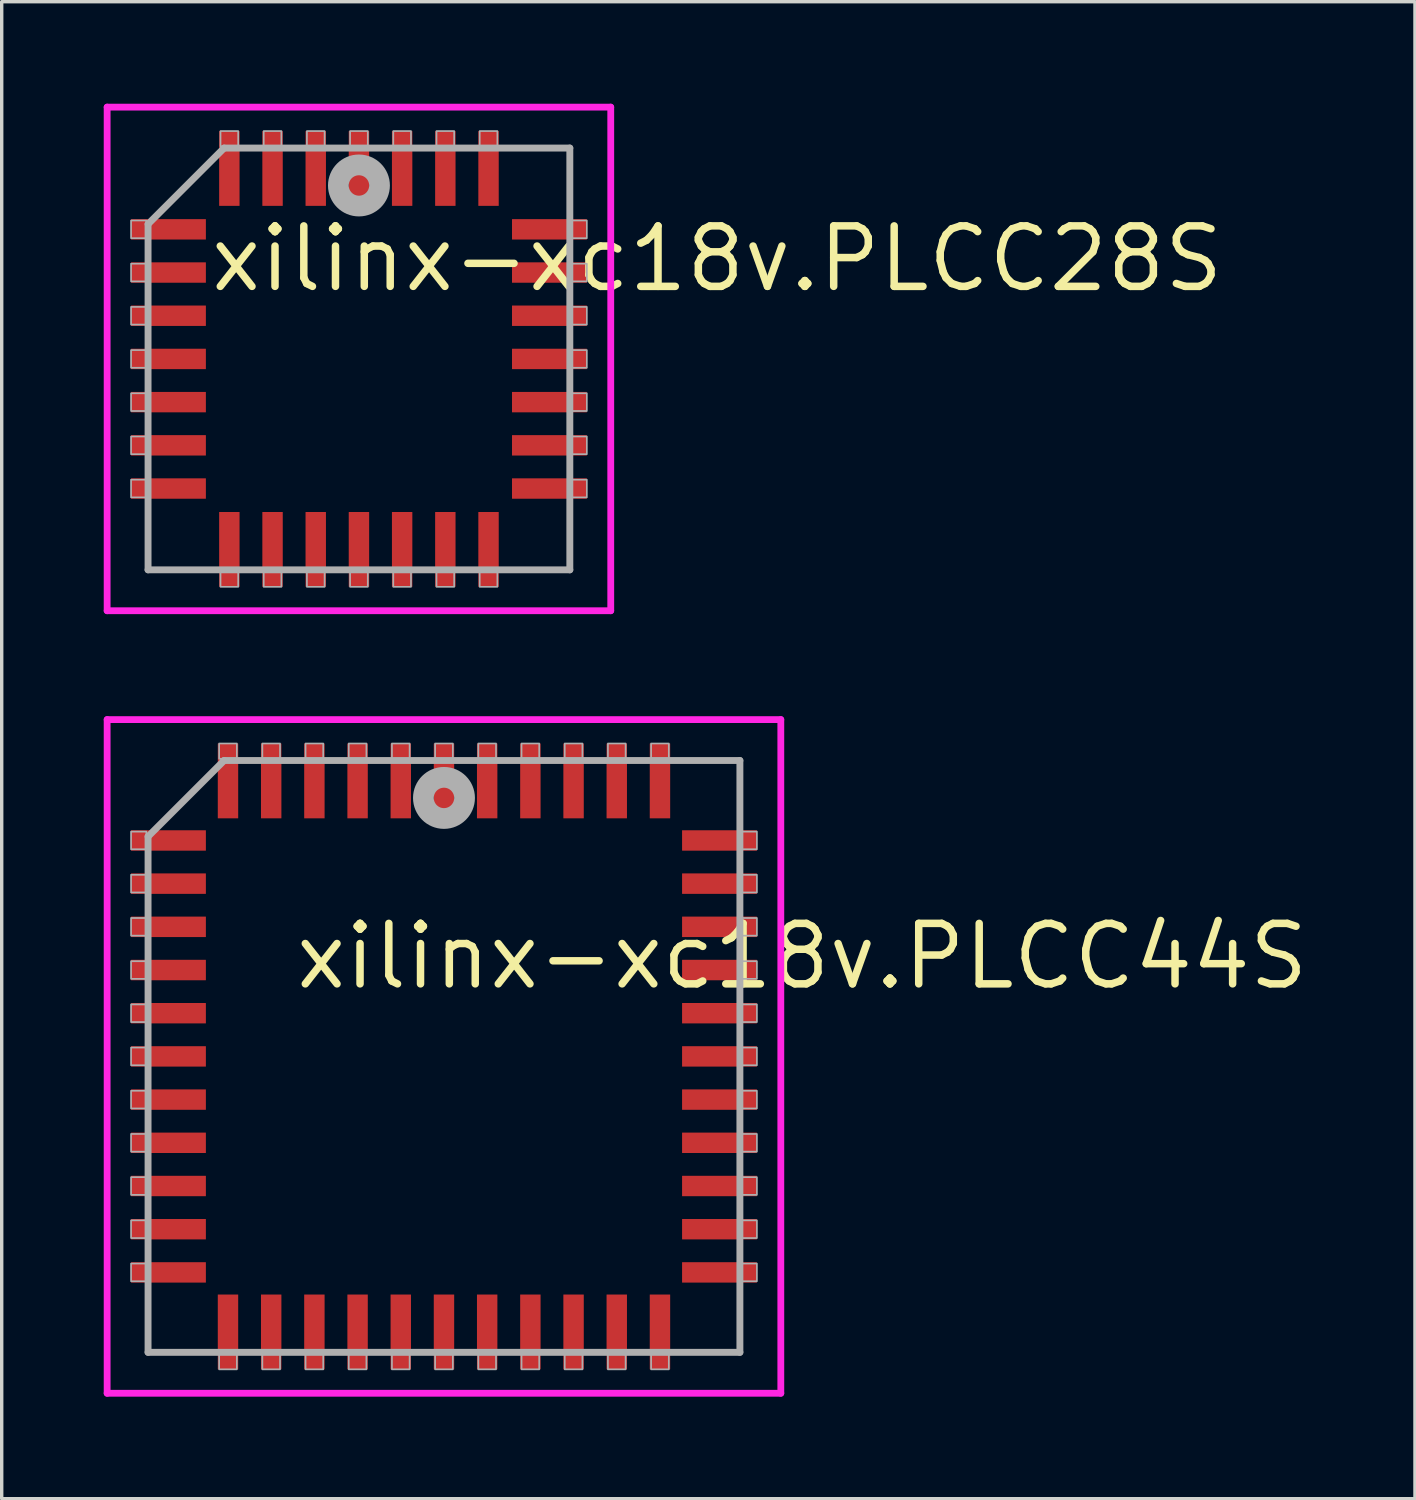
<source format=kicad_pcb>
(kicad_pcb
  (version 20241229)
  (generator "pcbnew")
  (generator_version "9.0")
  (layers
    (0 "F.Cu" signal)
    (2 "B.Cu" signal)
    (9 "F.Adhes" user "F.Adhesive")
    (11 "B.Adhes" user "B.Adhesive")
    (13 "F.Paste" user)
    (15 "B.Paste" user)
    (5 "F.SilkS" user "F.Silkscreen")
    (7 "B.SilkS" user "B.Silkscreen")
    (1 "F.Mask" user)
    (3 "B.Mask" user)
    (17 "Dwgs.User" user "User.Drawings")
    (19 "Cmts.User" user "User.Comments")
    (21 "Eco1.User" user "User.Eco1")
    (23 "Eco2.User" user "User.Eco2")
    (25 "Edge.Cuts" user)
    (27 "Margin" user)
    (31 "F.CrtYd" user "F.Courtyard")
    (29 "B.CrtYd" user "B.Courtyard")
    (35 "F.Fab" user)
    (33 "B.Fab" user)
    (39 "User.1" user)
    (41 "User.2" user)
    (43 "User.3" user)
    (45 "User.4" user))
  (footprint "xilinx-xc18v.PLCC28S"
    (layer "F.Cu")
    (at 7.503 7.503)
    (property "Reference" "xilinx-xc18v.PLCC28S" (at -4.475 -1.905 0) (layer "F.SilkS") (effects (font (size 1.778 1.778) (thickness 0.22)) (justify left bottom)))
    (attr smd)
    (fp_line (start -7.403 -7.403) (end 7.403 -7.403) (stroke (width 0.2) (type default)) (layer "F.CrtYd"))
    (fp_line (start -7.403 7.403) (end -7.403 -7.403) (stroke (width 0.2) (type default)) (layer "F.CrtYd"))
    (fp_line (start 7.403 -7.403) (end 7.403 7.403) (stroke (width 0.2) (type default)) (layer "F.CrtYd"))
    (fp_line (start 7.403 7.403) (end -7.403 7.403) (stroke (width 0.2) (type default)) (layer "F.CrtYd"))
    (fp_line (start -6.2 -3.965) (end -6.2 6.2) (stroke (width 0.203) (type default)) (layer "F.Fab"))
    (fp_line (start -6.2 6.2) (end 6.2 6.2) (stroke (width 0.203) (type default)) (layer "F.Fab"))
    (fp_line (start -3.965 -6.2) (end -6.2 -3.965) (stroke (width 0.203) (type default)) (layer "F.Fab"))
    (fp_line (start 6.2 -6.2) (end -3.965 -6.2) (stroke (width 0.203) (type default)) (layer "F.Fab"))
    (fp_line (start 6.2 6.2) (end 6.2 -6.2) (stroke (width 0.203) (type default)) (layer "F.Fab"))
    (fp_rect (start -6.7 -3.55) (end -6.25 -4.07) (stroke (width 0.05) (type default)) (fill no) (layer "F.Fab"))
    (fp_rect (start -6.7 -2.28) (end -6.25 -2.8) (stroke (width 0.05) (type default)) (fill no) (layer "F.Fab"))
    (fp_rect (start -6.7 -1.01) (end -6.25 -1.53) (stroke (width 0.05) (type default)) (fill no) (layer "F.Fab"))
    (fp_rect (start -6.7 0.26) (end -6.25 -0.26) (stroke (width 0.05) (type default)) (fill no) (layer "F.Fab"))
    (fp_rect (start -6.7 1.53) (end -6.25 1.01) (stroke (width 0.05) (type default)) (fill no) (layer "F.Fab"))
    (fp_rect (start -6.7 2.8) (end -6.25 2.28) (stroke (width 0.05) (type default)) (fill no) (layer "F.Fab"))
    (fp_rect (start -6.7 4.07) (end -6.25 3.55) (stroke (width 0.05) (type default)) (fill no) (layer "F.Fab"))
    (fp_rect (start -4.07 -6.25) (end -3.55 -6.7) (stroke (width 0.05) (type default)) (fill no) (layer "F.Fab"))
    (fp_rect (start -4.07 6.7) (end -3.55 6.25) (stroke (width 0.05) (type default)) (fill no) (layer "F.Fab"))
    (fp_rect (start -2.8 -6.25) (end -2.28 -6.7) (stroke (width 0.05) (type default)) (fill no) (layer "F.Fab"))
    (fp_rect (start -2.8 6.7) (end -2.28 6.25) (stroke (width 0.05) (type default)) (fill no) (layer "F.Fab"))
    (fp_rect (start -1.53 -6.25) (end -1.01 -6.7) (stroke (width 0.05) (type default)) (fill no) (layer "F.Fab"))
    (fp_rect (start -1.53 6.7) (end -1.01 6.25) (stroke (width 0.05) (type default)) (fill no) (layer "F.Fab"))
    (fp_rect (start -0.26 -6.25) (end 0.26 -6.7) (stroke (width 0.05) (type default)) (fill no) (layer "F.Fab"))
    (fp_rect (start -0.26 6.7) (end 0.26 6.25) (stroke (width 0.05) (type default)) (fill no) (layer "F.Fab"))
    (fp_rect (start 1.01 -6.25) (end 1.53 -6.7) (stroke (width 0.05) (type default)) (fill no) (layer "F.Fab"))
    (fp_rect (start 1.01 6.7) (end 1.53 6.25) (stroke (width 0.05) (type default)) (fill no) (layer "F.Fab"))
    (fp_rect (start 2.28 -6.25) (end 2.8 -6.7) (stroke (width 0.05) (type default)) (fill no) (layer "F.Fab"))
    (fp_rect (start 2.28 6.7) (end 2.8 6.25) (stroke (width 0.05) (type default)) (fill no) (layer "F.Fab"))
    (fp_rect (start 3.55 -6.25) (end 4.07 -6.7) (stroke (width 0.05) (type default)) (fill no) (layer "F.Fab"))
    (fp_rect (start 3.55 6.7) (end 4.07 6.25) (stroke (width 0.05) (type default)) (fill no) (layer "F.Fab"))
    (fp_rect (start 6.25 -3.55) (end 6.7 -4.07) (stroke (width 0.05) (type default)) (fill no) (layer "F.Fab"))
    (fp_rect (start 6.25 -2.28) (end 6.7 -2.8) (stroke (width 0.05) (type default)) (fill no) (layer "F.Fab"))
    (fp_rect (start 6.25 -1.01) (end 6.7 -1.53) (stroke (width 0.05) (type default)) (fill no) (layer "F.Fab"))
    (fp_rect (start 6.25 0.26) (end 6.7 -0.26) (stroke (width 0.05) (type default)) (fill no) (layer "F.Fab"))
    (fp_rect (start 6.25 1.53) (end 6.7 1.01) (stroke (width 0.05) (type default)) (fill no) (layer "F.Fab"))
    (fp_rect (start 6.25 2.8) (end 6.7 2.28) (stroke (width 0.05) (type default)) (fill no) (layer "F.Fab"))
    (fp_rect (start 6.25 4.07) (end 6.7 3.55) (stroke (width 0.05) (type default)) (fill no) (layer "F.Fab"))
    (fp_circle (center 0 -5.1) (end 0.3 -5.1) (stroke (width 0.61) (type default)) (fill no) (layer "F.Fab"))
    (pad "1" smd roundrect (at 0 -5.6) (size 0.6 2.2) (layers "F.Cu" "F.Mask" "F.Paste") (roundrect_rratio 0.01))
    (pad "2" smd roundrect (at -1.27 -5.6) (size 0.6 2.2) (layers "F.Cu" "F.Mask" "F.Paste") (roundrect_rratio 0.01))
    (pad "3" smd roundrect (at -2.54 -5.6) (size 0.6 2.2) (layers "F.Cu" "F.Mask" "F.Paste") (roundrect_rratio 0.01))
    (pad "4" smd roundrect (at -3.81 -5.6) (size 0.6 2.2) (layers "F.Cu" "F.Mask" "F.Paste") (roundrect_rratio 0.01))
    (pad "5" smd roundrect (at -5.6 -3.81) (size 2.2 0.6) (layers "F.Cu" "F.Mask" "F.Paste") (roundrect_rratio 0.01))
    (pad "6" smd roundrect (at -5.6 -2.54) (size 2.2 0.6) (layers "F.Cu" "F.Mask" "F.Paste") (roundrect_rratio 0.01))
    (pad "7" smd roundrect (at -5.6 -1.27) (size 2.2 0.6) (layers "F.Cu" "F.Mask" "F.Paste") (roundrect_rratio 0.01))
    (pad "8" smd roundrect (at -5.6 0) (size 2.2 0.6) (layers "F.Cu" "F.Mask" "F.Paste") (roundrect_rratio 0.01))
    (pad "9" smd roundrect (at -5.6 1.27) (size 2.2 0.6) (layers "F.Cu" "F.Mask" "F.Paste") (roundrect_rratio 0.01))
    (pad "10" smd roundrect (at -5.6 2.54) (size 2.2 0.6) (layers "F.Cu" "F.Mask" "F.Paste") (roundrect_rratio 0.01))
    (pad "11" smd roundrect (at -5.6 3.81) (size 2.2 0.6) (layers "F.Cu" "F.Mask" "F.Paste") (roundrect_rratio 0.01))
    (pad "12" smd roundrect (at -3.81 5.6) (size 0.6 2.2) (layers "F.Cu" "F.Mask" "F.Paste") (roundrect_rratio 0.01))
    (pad "13" smd roundrect (at -2.54 5.6) (size 0.6 2.2) (layers "F.Cu" "F.Mask" "F.Paste") (roundrect_rratio 0.01))
    (pad "14" smd roundrect (at -1.27 5.6) (size 0.6 2.2) (layers "F.Cu" "F.Mask" "F.Paste") (roundrect_rratio 0.01))
    (pad "15" smd roundrect (at 0 5.6) (size 0.6 2.2) (layers "F.Cu" "F.Mask" "F.Paste") (roundrect_rratio 0.01))
    (pad "16" smd roundrect (at 1.27 5.6) (size 0.6 2.2) (layers "F.Cu" "F.Mask" "F.Paste") (roundrect_rratio 0.01))
    (pad "17" smd roundrect (at 2.54 5.6) (size 0.6 2.2) (layers "F.Cu" "F.Mask" "F.Paste") (roundrect_rratio 0.01))
    (pad "18" smd roundrect (at 3.81 5.6) (size 0.6 2.2) (layers "F.Cu" "F.Mask" "F.Paste") (roundrect_rratio 0.01))
    (pad "19" smd roundrect (at 5.6 3.81) (size 2.2 0.6) (layers "F.Cu" "F.Mask" "F.Paste") (roundrect_rratio 0.01))
    (pad "20" smd roundrect (at 5.6 2.54) (size 2.2 0.6) (layers "F.Cu" "F.Mask" "F.Paste") (roundrect_rratio 0.01))
    (pad "21" smd roundrect (at 5.6 1.27) (size 2.2 0.6) (layers "F.Cu" "F.Mask" "F.Paste") (roundrect_rratio 0.01))
    (pad "22" smd roundrect (at 5.6 0) (size 2.2 0.6) (layers "F.Cu" "F.Mask" "F.Paste") (roundrect_rratio 0.01))
    (pad "23" smd roundrect (at 5.6 -1.27) (size 2.2 0.6) (layers "F.Cu" "F.Mask" "F.Paste") (roundrect_rratio 0.01))
    (pad "24" smd roundrect (at 5.6 -2.54) (size 2.2 0.6) (layers "F.Cu" "F.Mask" "F.Paste") (roundrect_rratio 0.01))
    (pad "25" smd roundrect (at 5.6 -3.81) (size 2.2 0.6) (layers "F.Cu" "F.Mask" "F.Paste") (roundrect_rratio 0.01))
    (pad "26" smd roundrect (at 3.81 -5.6) (size 0.6 2.2) (layers "F.Cu" "F.Mask" "F.Paste") (roundrect_rratio 0.01))
    (pad "27" smd roundrect (at 2.54 -5.6) (size 0.6 2.2) (layers "F.Cu" "F.Mask" "F.Paste") (roundrect_rratio 0.01))
    (pad "28" smd roundrect (at 1.27 -5.6) (size 0.6 2.2) (layers "F.Cu" "F.Mask" "F.Paste") (roundrect_rratio 0.01)))
  (footprint "xilinx-xc18v.PLCC44S"
    (layer "F.Cu")
    (at 10.003 28.009)
    (property "Reference" "xilinx-xc18v.PLCC44S" (at -4.475 -1.905 0) (layer "F.SilkS") (effects (font (size 1.778 1.778) (thickness 0.22)) (justify left bottom)))
    (attr smd)
    (fp_line (start -9.903 -9.903) (end 9.903 -9.903) (stroke (width 0.2) (type default)) (layer "F.CrtYd"))
    (fp_line (start -9.903 9.903) (end -9.903 -9.903) (stroke (width 0.2) (type default)) (layer "F.CrtYd"))
    (fp_line (start 9.903 -9.903) (end 9.903 9.903) (stroke (width 0.2) (type default)) (layer "F.CrtYd"))
    (fp_line (start 9.903 9.903) (end -9.903 9.903) (stroke (width 0.2) (type default)) (layer "F.CrtYd"))
    (fp_line (start -8.7 -6.465) (end -8.7 8.7) (stroke (width 0.203) (type default)) (layer "F.Fab"))
    (fp_line (start -8.7 8.7) (end 8.7 8.7) (stroke (width 0.203) (type default)) (layer "F.Fab"))
    (fp_line (start -6.465 -8.7) (end -8.7 -6.465) (stroke (width 0.203) (type default)) (layer "F.Fab"))
    (fp_line (start 8.7 -8.7) (end -6.465 -8.7) (stroke (width 0.203) (type default)) (layer "F.Fab"))
    (fp_line (start 8.7 8.7) (end 8.7 -8.7) (stroke (width 0.203) (type default)) (layer "F.Fab"))
    (fp_rect (start -9.2 -6.09) (end -8.75 -6.61) (stroke (width 0.05) (type default)) (fill no) (layer "F.Fab"))
    (fp_rect (start -9.2 -4.82) (end -8.75 -5.34) (stroke (width 0.05) (type default)) (fill no) (layer "F.Fab"))
    (fp_rect (start -9.2 -3.55) (end -8.75 -4.07) (stroke (width 0.05) (type default)) (fill no) (layer "F.Fab"))
    (fp_rect (start -9.2 -2.28) (end -8.75 -2.8) (stroke (width 0.05) (type default)) (fill no) (layer "F.Fab"))
    (fp_rect (start -9.2 -1.01) (end -8.75 -1.53) (stroke (width 0.05) (type default)) (fill no) (layer "F.Fab"))
    (fp_rect (start -9.2 0.26) (end -8.75 -0.26) (stroke (width 0.05) (type default)) (fill no) (layer "F.Fab"))
    (fp_rect (start -9.2 1.53) (end -8.75 1.01) (stroke (width 0.05) (type default)) (fill no) (layer "F.Fab"))
    (fp_rect (start -9.2 2.8) (end -8.75 2.28) (stroke (width 0.05) (type default)) (fill no) (layer "F.Fab"))
    (fp_rect (start -9.2 4.07) (end -8.75 3.55) (stroke (width 0.05) (type default)) (fill no) (layer "F.Fab"))
    (fp_rect (start -9.2 5.34) (end -8.75 4.82) (stroke (width 0.05) (type default)) (fill no) (layer "F.Fab"))
    (fp_rect (start -9.2 6.61) (end -8.75 6.09) (stroke (width 0.05) (type default)) (fill no) (layer "F.Fab"))
    (fp_rect (start -6.61 -8.75) (end -6.09 -9.2) (stroke (width 0.05) (type default)) (fill no) (layer "F.Fab"))
    (fp_rect (start -6.61 9.2) (end -6.09 8.75) (stroke (width 0.05) (type default)) (fill no) (layer "F.Fab"))
    (fp_rect (start -5.34 -8.75) (end -4.82 -9.2) (stroke (width 0.05) (type default)) (fill no) (layer "F.Fab"))
    (fp_rect (start -5.34 9.2) (end -4.82 8.75) (stroke (width 0.05) (type default)) (fill no) (layer "F.Fab"))
    (fp_rect (start -4.07 -8.75) (end -3.55 -9.2) (stroke (width 0.05) (type default)) (fill no) (layer "F.Fab"))
    (fp_rect (start -4.07 9.2) (end -3.55 8.75) (stroke (width 0.05) (type default)) (fill no) (layer "F.Fab"))
    (fp_rect (start -2.8 -8.75) (end -2.28 -9.2) (stroke (width 0.05) (type default)) (fill no) (layer "F.Fab"))
    (fp_rect (start -2.8 9.2) (end -2.28 8.75) (stroke (width 0.05) (type default)) (fill no) (layer "F.Fab"))
    (fp_rect (start -1.53 -8.75) (end -1.01 -9.2) (stroke (width 0.05) (type default)) (fill no) (layer "F.Fab"))
    (fp_rect (start -1.53 9.2) (end -1.01 8.75) (stroke (width 0.05) (type default)) (fill no) (layer "F.Fab"))
    (fp_rect (start -0.26 -8.75) (end 0.26 -9.2) (stroke (width 0.05) (type default)) (fill no) (layer "F.Fab"))
    (fp_rect (start -0.26 9.2) (end 0.26 8.75) (stroke (width 0.05) (type default)) (fill no) (layer "F.Fab"))
    (fp_rect (start 1.01 -8.75) (end 1.53 -9.2) (stroke (width 0.05) (type default)) (fill no) (layer "F.Fab"))
    (fp_rect (start 1.01 9.2) (end 1.53 8.75) (stroke (width 0.05) (type default)) (fill no) (layer "F.Fab"))
    (fp_rect (start 2.28 -8.75) (end 2.8 -9.2) (stroke (width 0.05) (type default)) (fill no) (layer "F.Fab"))
    (fp_rect (start 2.28 9.2) (end 2.8 8.75) (stroke (width 0.05) (type default)) (fill no) (layer "F.Fab"))
    (fp_rect (start 3.55 -8.75) (end 4.07 -9.2) (stroke (width 0.05) (type default)) (fill no) (layer "F.Fab"))
    (fp_rect (start 3.55 9.2) (end 4.07 8.75) (stroke (width 0.05) (type default)) (fill no) (layer "F.Fab"))
    (fp_rect (start 4.82 -8.75) (end 5.34 -9.2) (stroke (width 0.05) (type default)) (fill no) (layer "F.Fab"))
    (fp_rect (start 4.82 9.2) (end 5.34 8.75) (stroke (width 0.05) (type default)) (fill no) (layer "F.Fab"))
    (fp_rect (start 6.09 -8.75) (end 6.61 -9.2) (stroke (width 0.05) (type default)) (fill no) (layer "F.Fab"))
    (fp_rect (start 6.09 9.2) (end 6.61 8.75) (stroke (width 0.05) (type default)) (fill no) (layer "F.Fab"))
    (fp_rect (start 8.75 -6.09) (end 9.2 -6.61) (stroke (width 0.05) (type default)) (fill no) (layer "F.Fab"))
    (fp_rect (start 8.75 -4.82) (end 9.2 -5.34) (stroke (width 0.05) (type default)) (fill no) (layer "F.Fab"))
    (fp_rect (start 8.75 -3.55) (end 9.2 -4.07) (stroke (width 0.05) (type default)) (fill no) (layer "F.Fab"))
    (fp_rect (start 8.75 -2.28) (end 9.2 -2.8) (stroke (width 0.05) (type default)) (fill no) (layer "F.Fab"))
    (fp_rect (start 8.75 -1.01) (end 9.2 -1.53) (stroke (width 0.05) (type default)) (fill no) (layer "F.Fab"))
    (fp_rect (start 8.75 0.26) (end 9.2 -0.26) (stroke (width 0.05) (type default)) (fill no) (layer "F.Fab"))
    (fp_rect (start 8.75 1.53) (end 9.2 1.01) (stroke (width 0.05) (type default)) (fill no) (layer "F.Fab"))
    (fp_rect (start 8.75 2.8) (end 9.2 2.28) (stroke (width 0.05) (type default)) (fill no) (layer "F.Fab"))
    (fp_rect (start 8.75 4.07) (end 9.2 3.55) (stroke (width 0.05) (type default)) (fill no) (layer "F.Fab"))
    (fp_rect (start 8.75 5.34) (end 9.2 4.82) (stroke (width 0.05) (type default)) (fill no) (layer "F.Fab"))
    (fp_rect (start 8.75 6.61) (end 9.2 6.09) (stroke (width 0.05) (type default)) (fill no) (layer "F.Fab"))
    (fp_circle (center 0 -7.6) (end 0.3 -7.6) (stroke (width 0.61) (type default)) (fill no) (layer "F.Fab"))
    (pad "1" smd roundrect (at 0 -8.1) (size 0.6 2.2) (layers "F.Cu" "F.Mask" "F.Paste") (roundrect_rratio 0.01))
    (pad "2" smd roundrect (at -1.27 -8.1) (size 0.6 2.2) (layers "F.Cu" "F.Mask" "F.Paste") (roundrect_rratio 0.01))
    (pad "3" smd roundrect (at -2.54 -8.1) (size 0.6 2.2) (layers "F.Cu" "F.Mask" "F.Paste") (roundrect_rratio 0.01))
    (pad "4" smd roundrect (at -3.81 -8.1) (size 0.6 2.2) (layers "F.Cu" "F.Mask" "F.Paste") (roundrect_rratio 0.01))
    (pad "5" smd roundrect (at -5.08 -8.1) (size 0.6 2.2) (layers "F.Cu" "F.Mask" "F.Paste") (roundrect_rratio 0.01))
    (pad "6" smd roundrect (at -6.35 -8.1) (size 0.6 2.2) (layers "F.Cu" "F.Mask" "F.Paste") (roundrect_rratio 0.01))
    (pad "7" smd roundrect (at -8.1 -6.35) (size 2.2 0.6) (layers "F.Cu" "F.Mask" "F.Paste") (roundrect_rratio 0.01))
    (pad "8" smd roundrect (at -8.1 -5.08) (size 2.2 0.6) (layers "F.Cu" "F.Mask" "F.Paste") (roundrect_rratio 0.01))
    (pad "9" smd roundrect (at -8.1 -3.81) (size 2.2 0.6) (layers "F.Cu" "F.Mask" "F.Paste") (roundrect_rratio 0.01))
    (pad "10" smd roundrect (at -8.1 -2.54) (size 2.2 0.6) (layers "F.Cu" "F.Mask" "F.Paste") (roundrect_rratio 0.01))
    (pad "11" smd roundrect (at -8.1 -1.27) (size 2.2 0.6) (layers "F.Cu" "F.Mask" "F.Paste") (roundrect_rratio 0.01))
    (pad "12" smd roundrect (at -8.1 0) (size 2.2 0.6) (layers "F.Cu" "F.Mask" "F.Paste") (roundrect_rratio 0.01))
    (pad "13" smd roundrect (at -8.1 1.27) (size 2.2 0.6) (layers "F.Cu" "F.Mask" "F.Paste") (roundrect_rratio 0.01))
    (pad "14" smd roundrect (at -8.1 2.54) (size 2.2 0.6) (layers "F.Cu" "F.Mask" "F.Paste") (roundrect_rratio 0.01))
    (pad "15" smd roundrect (at -8.1 3.81) (size 2.2 0.6) (layers "F.Cu" "F.Mask" "F.Paste") (roundrect_rratio 0.01))
    (pad "16" smd roundrect (at -8.1 5.08) (size 2.2 0.6) (layers "F.Cu" "F.Mask" "F.Paste") (roundrect_rratio 0.01))
    (pad "17" smd roundrect (at -8.1 6.35) (size 2.2 0.6) (layers "F.Cu" "F.Mask" "F.Paste") (roundrect_rratio 0.01))
    (pad "18" smd roundrect (at -6.35 8.1) (size 0.6 2.2) (layers "F.Cu" "F.Mask" "F.Paste") (roundrect_rratio 0.01))
    (pad "19" smd roundrect (at -5.08 8.1) (size 0.6 2.2) (layers "F.Cu" "F.Mask" "F.Paste") (roundrect_rratio 0.01))
    (pad "20" smd roundrect (at -3.81 8.1) (size 0.6 2.2) (layers "F.Cu" "F.Mask" "F.Paste") (roundrect_rratio 0.01))
    (pad "21" smd roundrect (at -2.54 8.1) (size 0.6 2.2) (layers "F.Cu" "F.Mask" "F.Paste") (roundrect_rratio 0.01))
    (pad "22" smd roundrect (at -1.27 8.1) (size 0.6 2.2) (layers "F.Cu" "F.Mask" "F.Paste") (roundrect_rratio 0.01))
    (pad "23" smd roundrect (at 0 8.1) (size 0.6 2.2) (layers "F.Cu" "F.Mask" "F.Paste") (roundrect_rratio 0.01))
    (pad "24" smd roundrect (at 1.27 8.1) (size 0.6 2.2) (layers "F.Cu" "F.Mask" "F.Paste") (roundrect_rratio 0.01))
    (pad "25" smd roundrect (at 2.54 8.1) (size 0.6 2.2) (layers "F.Cu" "F.Mask" "F.Paste") (roundrect_rratio 0.01))
    (pad "26" smd roundrect (at 3.81 8.1) (size 0.6 2.2) (layers "F.Cu" "F.Mask" "F.Paste") (roundrect_rratio 0.01))
    (pad "27" smd roundrect (at 5.08 8.1) (size 0.6 2.2) (layers "F.Cu" "F.Mask" "F.Paste") (roundrect_rratio 0.01))
    (pad "28" smd roundrect (at 6.35 8.1) (size 0.6 2.2) (layers "F.Cu" "F.Mask" "F.Paste") (roundrect_rratio 0.01))
    (pad "29" smd roundrect (at 8.1 6.35) (size 2.2 0.6) (layers "F.Cu" "F.Mask" "F.Paste") (roundrect_rratio 0.01))
    (pad "30" smd roundrect (at 8.1 5.08) (size 2.2 0.6) (layers "F.Cu" "F.Mask" "F.Paste") (roundrect_rratio 0.01))
    (pad "31" smd roundrect (at 8.1 3.81) (size 2.2 0.6) (layers "F.Cu" "F.Mask" "F.Paste") (roundrect_rratio 0.01))
    (pad "32" smd roundrect (at 8.1 2.54) (size 2.2 0.6) (layers "F.Cu" "F.Mask" "F.Paste") (roundrect_rratio 0.01))
    (pad "33" smd roundrect (at 8.1 1.27) (size 2.2 0.6) (layers "F.Cu" "F.Mask" "F.Paste") (roundrect_rratio 0.01))
    (pad "34" smd roundrect (at 8.1 0) (size 2.2 0.6) (layers "F.Cu" "F.Mask" "F.Paste") (roundrect_rratio 0.01))
    (pad "35" smd roundrect (at 8.1 -1.27) (size 2.2 0.6) (layers "F.Cu" "F.Mask" "F.Paste") (roundrect_rratio 0.01))
    (pad "36" smd roundrect (at 8.1 -2.54) (size 2.2 0.6) (layers "F.Cu" "F.Mask" "F.Paste") (roundrect_rratio 0.01))
    (pad "37" smd roundrect (at 8.1 -3.81) (size 2.2 0.6) (layers "F.Cu" "F.Mask" "F.Paste") (roundrect_rratio 0.01))
    (pad "38" smd roundrect (at 8.1 -5.08) (size 2.2 0.6) (layers "F.Cu" "F.Mask" "F.Paste") (roundrect_rratio 0.01))
    (pad "39" smd roundrect (at 8.1 -6.35) (size 2.2 0.6) (layers "F.Cu" "F.Mask" "F.Paste") (roundrect_rratio 0.01))
    (pad "40" smd roundrect (at 6.35 -8.1) (size 0.6 2.2) (layers "F.Cu" "F.Mask" "F.Paste") (roundrect_rratio 0.01))
    (pad "41" smd roundrect (at 5.08 -8.1) (size 0.6 2.2) (layers "F.Cu" "F.Mask" "F.Paste") (roundrect_rratio 0.01))
    (pad "42" smd roundrect (at 3.81 -8.1) (size 0.6 2.2) (layers "F.Cu" "F.Mask" "F.Paste") (roundrect_rratio 0.01))
    (pad "43" smd roundrect (at 2.54 -8.1) (size 0.6 2.2) (layers "F.Cu" "F.Mask" "F.Paste") (roundrect_rratio 0.01))
    (pad "44" smd roundrect (at 1.27 -8.1) (size 0.6 2.2) (layers "F.Cu" "F.Mask" "F.Paste") (roundrect_rratio 0.01)))
  (gr_rect
    (start -3 -3)
    (end 38.55 41.012)
    (stroke (width 0.1) (type default))
    (fill no)
    (layer "Edge.Cuts")))
</source>
